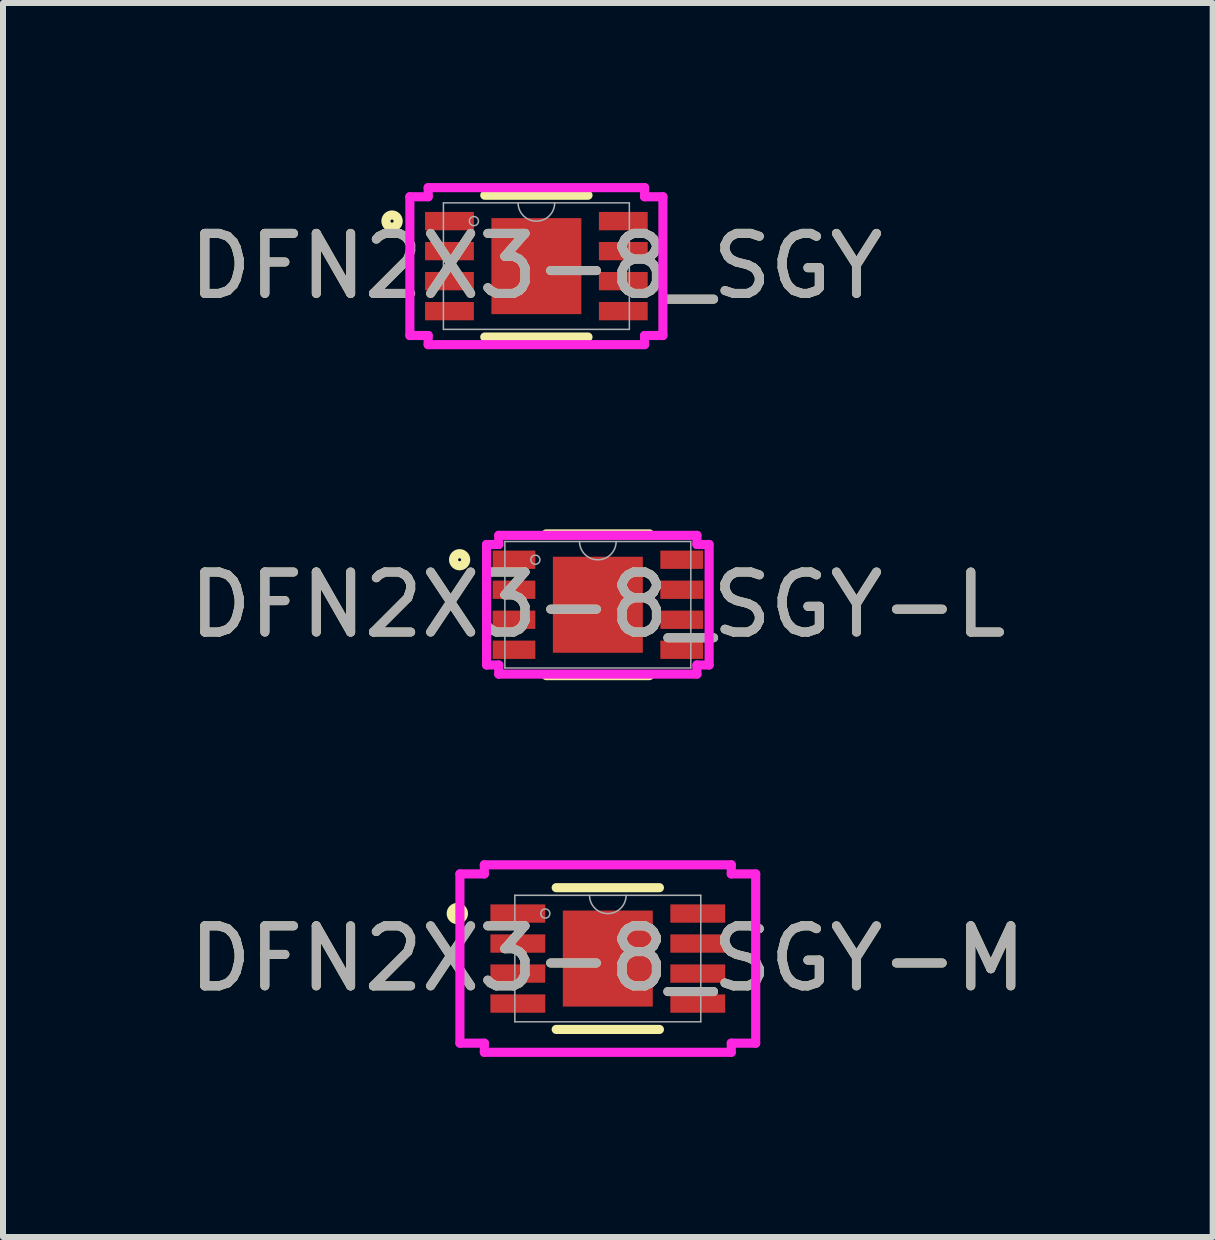
<source format=kicad_pcb>
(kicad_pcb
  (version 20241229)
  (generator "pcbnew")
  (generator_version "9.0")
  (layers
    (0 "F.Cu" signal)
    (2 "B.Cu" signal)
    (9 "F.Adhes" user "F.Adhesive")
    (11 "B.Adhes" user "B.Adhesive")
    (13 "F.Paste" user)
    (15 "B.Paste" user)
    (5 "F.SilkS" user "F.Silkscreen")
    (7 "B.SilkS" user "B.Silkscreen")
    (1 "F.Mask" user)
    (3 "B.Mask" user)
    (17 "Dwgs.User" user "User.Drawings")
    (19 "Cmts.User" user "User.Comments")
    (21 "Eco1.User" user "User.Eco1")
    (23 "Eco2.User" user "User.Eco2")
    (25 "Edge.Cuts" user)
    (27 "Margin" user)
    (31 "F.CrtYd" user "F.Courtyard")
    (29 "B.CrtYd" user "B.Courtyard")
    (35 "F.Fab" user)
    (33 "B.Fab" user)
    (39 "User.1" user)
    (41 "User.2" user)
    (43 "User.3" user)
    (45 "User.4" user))
  (footprint "DFN2X3-8_SGY-L"
    (layer "F.Cu")
    (at 6.911 7.026)
    (property "Reference" "DFN2X3-8_SGY-L" (at 0 0 0) (unlocked yes) (layer "F.SilkS") (effects (font (size 1 1) (thickness 0.15))))
    (attr smd)
    (fp_line (start -0.86 1.181) (end 0.86 1.181) (stroke (width 0.152) (type solid)) (layer "F.SilkS"))
    (fp_line (start 0.86 -1.181) (end -0.86 -1.181) (stroke (width 0.152) (type solid)) (layer "F.SilkS"))
    (fp_circle (center -2.303 -0.75) (end -2.202 -0.75) (stroke (width 0.152) (type solid)) (fill no) (layer "F.SilkS"))
    (fp_line (start -1.854 -1.004) (end -1.651 -1.004) (stroke (width 0.152) (type solid)) (layer "F.CrtYd"))
    (fp_line (start -1.854 1.004) (end -1.854 -1.004) (stroke (width 0.152) (type solid)) (layer "F.CrtYd"))
    (fp_line (start -1.854 1.004) (end -1.651 1.004) (stroke (width 0.152) (type solid)) (layer "F.CrtYd"))
    (fp_line (start -1.651 -1.156) (end 1.651 -1.156) (stroke (width 0.152) (type solid)) (layer "F.CrtYd"))
    (fp_line (start -1.651 -1.004) (end -1.651 -1.156) (stroke (width 0.152) (type solid)) (layer "F.CrtYd"))
    (fp_line (start -1.651 1.156) (end -1.651 1.004) (stroke (width 0.152) (type solid)) (layer "F.CrtYd"))
    (fp_line (start 1.651 -1.156) (end 1.651 -1.004) (stroke (width 0.152) (type solid)) (layer "F.CrtYd"))
    (fp_line (start 1.651 1.004) (end 1.651 1.156) (stroke (width 0.152) (type solid)) (layer "F.CrtYd"))
    (fp_line (start 1.651 1.156) (end -1.651 1.156) (stroke (width 0.152) (type solid)) (layer "F.CrtYd"))
    (fp_line (start 1.854 -1.004) (end 1.651 -1.004) (stroke (width 0.152) (type solid)) (layer "F.CrtYd"))
    (fp_line (start 1.854 -1.004) (end 1.854 1.004) (stroke (width 0.152) (type solid)) (layer "F.CrtYd"))
    (fp_line (start 1.854 1.004) (end 1.651 1.004) (stroke (width 0.152) (type solid)) (layer "F.CrtYd"))
    (fp_line (start -1.549 -1.054) (end -1.549 1.054) (stroke (width 0.025) (type solid)) (layer "F.Fab"))
    (fp_line (start -1.549 1.054) (end 1.549 1.054) (stroke (width 0.025) (type solid)) (layer "F.Fab"))
    (fp_line (start 1.549 -1.054) (end -1.549 -1.054) (stroke (width 0.025) (type solid)) (layer "F.Fab"))
    (fp_line (start 1.549 1.054) (end 1.549 -1.054) (stroke (width 0.025) (type solid)) (layer "F.Fab"))
    (fp_arc (start 0.3048 -1.0541) (mid 0 -0.7493) (end -0.3048 -1.0541) (stroke (width 0.0254) (type solid)) (layer "F.Fab"))
    (fp_circle (center -1.041 -0.75) (end -0.965 -0.75) (stroke (width 0.025) (type solid)) (fill no) (layer "F.Fab"))
    (fp_text user "${REFERENCE}" (at 0 0 0) (unlocked yes) (layer "F.Fab") (effects (font (size 1 1) (thickness 0.15))))
    (pad "1" smd rect (at -1.397 -0.75) (size 0.711 0.305) (layers "F.Cu" "F.Mask" "F.Paste"))
    (pad "2" smd rect (at -1.397 -0.25) (size 0.711 0.305) (layers "F.Cu" "F.Mask" "F.Paste"))
    (pad "3" smd rect (at -1.397 0.25) (size 0.711 0.305) (layers "F.Cu" "F.Mask" "F.Paste"))
    (pad "4" smd rect (at -1.397 0.75) (size 0.711 0.305) (layers "F.Cu" "F.Mask" "F.Paste"))
    (pad "5" smd rect (at 1.397 0.75) (size 0.711 0.305) (layers "F.Cu" "F.Mask" "F.Paste"))
    (pad "6" smd rect (at 1.397 0.25) (size 0.711 0.305) (layers "F.Cu" "F.Mask" "F.Paste"))
    (pad "7" smd rect (at 1.397 -0.25) (size 0.711 0.305) (layers "F.Cu" "F.Mask" "F.Paste"))
    (pad "8" smd rect (at 1.397 -0.75) (size 0.711 0.305) (layers "F.Cu" "F.Mask" "F.Paste"))
    (pad "9" smd rect (at 0 0) (size 1.499 1.6) (layers "F.Cu" "F.Mask" "F.Paste")))
  (footprint "DFN2X3-8_SGY"
    (layer "F.Cu")
    (at 5.887 1.384)
    (property "Reference" "DFN2X3-8_SGY" (at 0 0 0) (unlocked yes) (layer "F.SilkS") (effects (font (size 1 1) (thickness 0.15))))
    (attr smd)
    (fp_line (start -0.86 1.181) (end 0.86 1.181) (stroke (width 0.152) (type solid)) (layer "F.SilkS"))
    (fp_line (start 0.86 -1.181) (end -0.86 -1.181) (stroke (width 0.152) (type solid)) (layer "F.SilkS"))
    (fp_circle (center -2.405 -0.75) (end -2.303 -0.75) (stroke (width 0.152) (type solid)) (fill no) (layer "F.SilkS"))
    (fp_line (start -2.108 -1.156) (end -1.803 -1.156) (stroke (width 0.152) (type solid)) (layer "F.CrtYd"))
    (fp_line (start -2.108 1.156) (end -2.108 -1.156) (stroke (width 0.152) (type solid)) (layer "F.CrtYd"))
    (fp_line (start -2.108 1.156) (end -1.803 1.156) (stroke (width 0.152) (type solid)) (layer "F.CrtYd"))
    (fp_line (start -1.803 -1.308) (end 1.803 -1.308) (stroke (width 0.152) (type solid)) (layer "F.CrtYd"))
    (fp_line (start -1.803 -1.156) (end -1.803 -1.308) (stroke (width 0.152) (type solid)) (layer "F.CrtYd"))
    (fp_line (start -1.803 1.308) (end -1.803 1.156) (stroke (width 0.152) (type solid)) (layer "F.CrtYd"))
    (fp_line (start 1.803 -1.308) (end 1.803 -1.156) (stroke (width 0.152) (type solid)) (layer "F.CrtYd"))
    (fp_line (start 1.803 1.156) (end 1.803 1.308) (stroke (width 0.152) (type solid)) (layer "F.CrtYd"))
    (fp_line (start 1.803 1.308) (end -1.803 1.308) (stroke (width 0.152) (type solid)) (layer "F.CrtYd"))
    (fp_line (start 2.108 -1.156) (end 1.803 -1.156) (stroke (width 0.152) (type solid)) (layer "F.CrtYd"))
    (fp_line (start 2.108 -1.156) (end 2.108 1.156) (stroke (width 0.152) (type solid)) (layer "F.CrtYd"))
    (fp_line (start 2.108 1.156) (end 1.803 1.156) (stroke (width 0.152) (type solid)) (layer "F.CrtYd"))
    (fp_line (start -1.549 -1.054) (end -1.549 1.054) (stroke (width 0.025) (type solid)) (layer "F.Fab"))
    (fp_line (start -1.549 1.054) (end 1.549 1.054) (stroke (width 0.025) (type solid)) (layer "F.Fab"))
    (fp_line (start 1.549 -1.054) (end -1.549 -1.054) (stroke (width 0.025) (type solid)) (layer "F.Fab"))
    (fp_line (start 1.549 1.054) (end 1.549 -1.054) (stroke (width 0.025) (type solid)) (layer "F.Fab"))
    (fp_arc (start 0.3048 -1.0541) (mid 0 -0.7493) (end -0.3048 -1.0541) (stroke (width 0.0254) (type solid)) (layer "F.Fab"))
    (fp_circle (center -1.041 -0.75) (end -0.965 -0.75) (stroke (width 0.025) (type solid)) (fill no) (layer "F.Fab"))
    (fp_text user "${REFERENCE}" (at 0 0 0) (unlocked yes) (layer "F.Fab") (effects (font (size 1 1) (thickness 0.15))))
    (pad "1" smd rect (at -1.448 -0.75) (size 0.813 0.305) (layers "F.Cu" "F.Mask" "F.Paste"))
    (pad "2" smd rect (at -1.448 -0.25) (size 0.813 0.305) (layers "F.Cu" "F.Mask" "F.Paste"))
    (pad "3" smd rect (at -1.448 0.25) (size 0.813 0.305) (layers "F.Cu" "F.Mask" "F.Paste"))
    (pad "4" smd rect (at -1.448 0.75) (size 0.813 0.305) (layers "F.Cu" "F.Mask" "F.Paste"))
    (pad "5" smd rect (at 1.448 0.75) (size 0.813 0.305) (layers "F.Cu" "F.Mask" "F.Paste"))
    (pad "6" smd rect (at 1.448 0.25) (size 0.813 0.305) (layers "F.Cu" "F.Mask" "F.Paste"))
    (pad "7" smd rect (at 1.448 -0.25) (size 0.813 0.305) (layers "F.Cu" "F.Mask" "F.Paste"))
    (pad "8" smd rect (at 1.448 -0.75) (size 0.813 0.305) (layers "F.Cu" "F.Mask" "F.Paste"))
    (pad "9" smd rect (at 0 0) (size 1.499 1.6) (layers "F.Cu" "F.Mask" "F.Paste")))
  (footprint "DFN2X3-8_SGY-M"
    (layer "F.Cu")
    (at 7.077 12.921)
    (property "Reference" "DFN2X3-8_SGY-M" (at 0 0 0) (unlocked yes) (layer "F.SilkS") (effects (font (size 1 1) (thickness 0.15))))
    (attr smd)
    (fp_line (start -0.86 1.181) (end 0.86 1.181) (stroke (width 0.152) (type solid)) (layer "F.SilkS"))
    (fp_line (start 0.86 -1.181) (end -0.86 -1.181) (stroke (width 0.152) (type solid)) (layer "F.SilkS"))
    (fp_circle (center -2.507 -0.75) (end -2.405 -0.75) (stroke (width 0.152) (type solid)) (fill no) (layer "F.SilkS"))
    (fp_line (start -2.464 -1.41) (end -2.057 -1.41) (stroke (width 0.152) (type solid)) (layer "F.CrtYd"))
    (fp_line (start -2.464 1.41) (end -2.464 -1.41) (stroke (width 0.152) (type solid)) (layer "F.CrtYd"))
    (fp_line (start -2.464 1.41) (end -2.057 1.41) (stroke (width 0.152) (type solid)) (layer "F.CrtYd"))
    (fp_line (start -2.057 -1.562) (end 2.057 -1.562) (stroke (width 0.152) (type solid)) (layer "F.CrtYd"))
    (fp_line (start -2.057 -1.41) (end -2.057 -1.562) (stroke (width 0.152) (type solid)) (layer "F.CrtYd"))
    (fp_line (start -2.057 1.562) (end -2.057 1.41) (stroke (width 0.152) (type solid)) (layer "F.CrtYd"))
    (fp_line (start 2.057 -1.562) (end 2.057 -1.41) (stroke (width 0.152) (type solid)) (layer "F.CrtYd"))
    (fp_line (start 2.057 1.41) (end 2.057 1.562) (stroke (width 0.152) (type solid)) (layer "F.CrtYd"))
    (fp_line (start 2.057 1.562) (end -2.057 1.562) (stroke (width 0.152) (type solid)) (layer "F.CrtYd"))
    (fp_line (start 2.464 -1.41) (end 2.057 -1.41) (stroke (width 0.152) (type solid)) (layer "F.CrtYd"))
    (fp_line (start 2.464 -1.41) (end 2.464 1.41) (stroke (width 0.152) (type solid)) (layer "F.CrtYd"))
    (fp_line (start 2.464 1.41) (end 2.057 1.41) (stroke (width 0.152) (type solid)) (layer "F.CrtYd"))
    (fp_line (start -1.549 -1.054) (end -1.549 1.054) (stroke (width 0.025) (type solid)) (layer "F.Fab"))
    (fp_line (start -1.549 1.054) (end 1.549 1.054) (stroke (width 0.025) (type solid)) (layer "F.Fab"))
    (fp_line (start 1.549 -1.054) (end -1.549 -1.054) (stroke (width 0.025) (type solid)) (layer "F.Fab"))
    (fp_line (start 1.549 1.054) (end 1.549 -1.054) (stroke (width 0.025) (type solid)) (layer "F.Fab"))
    (fp_arc (start 0.3048 -1.0541) (mid 0 -0.7493) (end -0.3048 -1.0541) (stroke (width 0.0254) (type solid)) (layer "F.Fab"))
    (fp_circle (center -1.041 -0.75) (end -0.965 -0.75) (stroke (width 0.025) (type solid)) (fill no) (layer "F.Fab"))
    (fp_text user "${REFERENCE}" (at 0 0 0) (unlocked yes) (layer "F.Fab") (effects (font (size 1 1) (thickness 0.15))))
    (pad "1" smd rect (at -1.499 -0.75) (size 0.914 0.305) (layers "F.Cu" "F.Mask" "F.Paste"))
    (pad "2" smd rect (at -1.499 -0.25) (size 0.914 0.305) (layers "F.Cu" "F.Mask" "F.Paste"))
    (pad "3" smd rect (at -1.499 0.25) (size 0.914 0.305) (layers "F.Cu" "F.Mask" "F.Paste"))
    (pad "4" smd rect (at -1.499 0.75) (size 0.914 0.305) (layers "F.Cu" "F.Mask" "F.Paste"))
    (pad "5" smd rect (at 1.499 0.75) (size 0.914 0.305) (layers "F.Cu" "F.Mask" "F.Paste"))
    (pad "6" smd rect (at 1.499 0.25) (size 0.914 0.305) (layers "F.Cu" "F.Mask" "F.Paste"))
    (pad "7" smd rect (at 1.499 -0.25) (size 0.914 0.305) (layers "F.Cu" "F.Mask" "F.Paste"))
    (pad "8" smd rect (at 1.499 -0.75) (size 0.914 0.305) (layers "F.Cu" "F.Mask" "F.Paste"))
    (pad "9" smd rect (at 0 0) (size 1.499 1.6) (layers "F.Cu" "F.Mask" "F.Paste")))
  (gr_rect
    (start -3 -3)
    (end 17.155 17.56)
    (stroke (width 0.1) (type default))
    (fill no)
    (layer "Edge.Cuts")))
</source>
